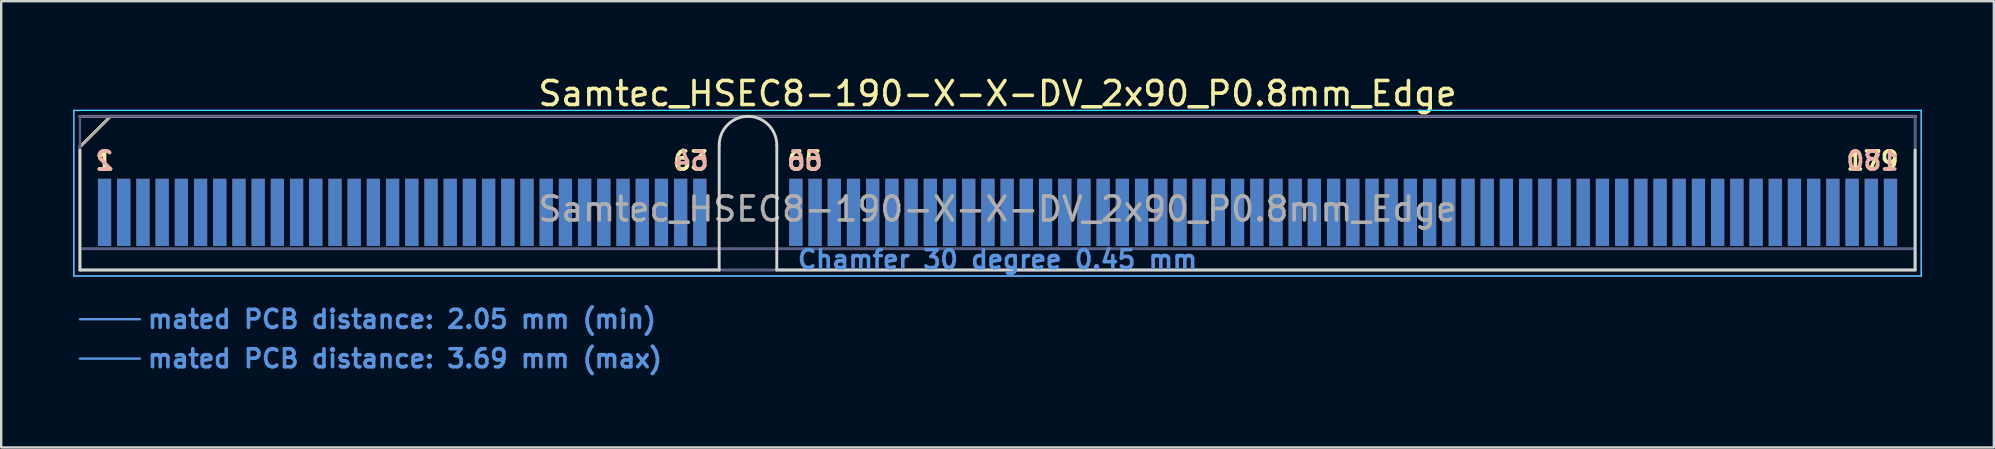
<source format=kicad_pcb>
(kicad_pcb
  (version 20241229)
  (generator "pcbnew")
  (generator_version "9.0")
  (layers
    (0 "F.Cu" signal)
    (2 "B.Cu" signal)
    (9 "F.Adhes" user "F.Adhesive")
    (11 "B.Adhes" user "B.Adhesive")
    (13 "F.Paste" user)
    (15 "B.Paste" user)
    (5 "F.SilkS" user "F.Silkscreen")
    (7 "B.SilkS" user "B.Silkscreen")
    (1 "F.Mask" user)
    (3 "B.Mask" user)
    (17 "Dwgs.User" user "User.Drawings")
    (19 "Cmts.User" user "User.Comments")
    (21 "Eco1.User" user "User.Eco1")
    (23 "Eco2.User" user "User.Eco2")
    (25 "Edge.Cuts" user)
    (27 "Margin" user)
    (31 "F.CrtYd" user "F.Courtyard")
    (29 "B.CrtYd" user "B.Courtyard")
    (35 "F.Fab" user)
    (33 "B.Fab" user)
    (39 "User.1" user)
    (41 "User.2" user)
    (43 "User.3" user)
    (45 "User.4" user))
  (footprint "Samtec_HSEC8-190-X-X-DV_2x90_P0.8mm_Edge"
    (layer "F.Cu")
    (at 38.505 8.198)
    (property "Reference" "Samtec_HSEC8-190-X-X-DV_2x90_P0.8mm_Edge" (at 0 -7.35 0) (layer "F.SilkS") (effects (font (size 1 1) (thickness 0.15))))
    (attr exclude_from_pos_files exclude_from_bom)
    (fp_line (start -38.225 -5.13) (end -36.955 -6.4) (stroke (width 0.12) (type solid)) (layer "F.SilkS"))
    (fp_line (start -36.955 -6.4) (end 38.225 -6.4) (stroke (width 0.12) (type solid)) (layer "F.SilkS"))
    (fp_line (start -38.225 -6.4) (end -38.225 -6.4) (stroke (width 0.12) (type solid)) (layer "B.SilkS"))
    (fp_line (start -38.225 -6.4) (end 38.225 -6.4) (stroke (width 0.12) (type solid)) (layer "B.SilkS"))
    (fp_line (start -38.225 2.05) (end -35.725 2.05) (stroke (width 0.1) (type solid)) (layer "Cmts.User"))
    (fp_line (start -38.225 3.69) (end -35.725 3.69) (stroke (width 0.1) (type solid)) (layer "Cmts.User"))
    (fp_line (start -38.225 -5) (end -38.225 0) (stroke (width 0.12) (type solid)) (layer "Edge.Cuts"))
    (fp_line (start -38.225 0) (end -11.595 0) (stroke (width 0.12) (type solid)) (layer "Edge.Cuts"))
    (fp_line (start -11.595 0) (end -11.595 -5.2) (stroke (width 0.12) (type solid)) (layer "Edge.Cuts"))
    (fp_line (start -9.195 -5.2) (end -9.195 0) (stroke (width 0.12) (type solid)) (layer "Edge.Cuts"))
    (fp_line (start -9.195 0) (end 38.225 0) (stroke (width 0.12) (type solid)) (layer "Edge.Cuts"))
    (fp_line (start 38.225 0) (end 38.225 -5) (stroke (width 0.12) (type solid)) (layer "Edge.Cuts"))
    (fp_arc (start -11.595 -5.2) (mid -10.395 -6.4) (end -9.195 -5.2) (stroke (width 0.12) (type solid)) (layer "Edge.Cuts"))
    (fp_line (start -38.48 -6.65) (end -38.48 0.25) (stroke (width 0.05) (type solid)) (layer "B.CrtYd"))
    (fp_line (start -38.48 0.25) (end 38.48 0.25) (stroke (width 0.05) (type solid)) (layer "B.CrtYd"))
    (fp_line (start 38.48 -6.65) (end -38.48 -6.65) (stroke (width 0.05) (type solid)) (layer "B.CrtYd"))
    (fp_line (start 38.48 0.25) (end 38.48 -6.65) (stroke (width 0.05) (type solid)) (layer "B.CrtYd"))
    (fp_line (start -38.48 -6.65) (end -38.48 0.25) (stroke (width 0.05) (type solid)) (layer "F.CrtYd"))
    (fp_line (start -38.48 0.25) (end 38.48 0.25) (stroke (width 0.05) (type solid)) (layer "F.CrtYd"))
    (fp_line (start 38.48 -6.65) (end -38.48 -6.65) (stroke (width 0.05) (type solid)) (layer "F.CrtYd"))
    (fp_line (start 38.48 0.25) (end 38.48 -6.65) (stroke (width 0.05) (type solid)) (layer "F.CrtYd"))
    (fp_line (start -38.225 -6.4) (end -38.225 -6.4) (stroke (width 0.1) (type solid)) (layer "B.Fab"))
    (fp_line (start -38.225 -6.4) (end -38.225 0) (stroke (width 0.1) (type solid)) (layer "B.Fab"))
    (fp_line (start -38.225 -6.4) (end 38.225 -6.4) (stroke (width 0.1) (type solid)) (layer "B.Fab"))
    (fp_line (start -38.225 -0.88) (end 38.225 -0.88) (stroke (width 0.1) (type solid)) (layer "B.Fab"))
    (fp_line (start -38.225 0) (end 38.225 0) (stroke (width 0.1) (type solid)) (layer "B.Fab"))
    (fp_line (start 38.225 -6.4) (end 38.225 0) (stroke (width 0.1) (type solid)) (layer "B.Fab"))
    (fp_line (start -38.225 -5.13) (end -38.225 0) (stroke (width 0.1) (type solid)) (layer "F.Fab"))
    (fp_line (start -38.225 -5.13) (end -36.955 -6.4) (stroke (width 0.1) (type solid)) (layer "F.Fab"))
    (fp_line (start -38.225 -0.88) (end 38.225 -0.88) (stroke (width 0.1) (type solid)) (layer "F.Fab"))
    (fp_line (start -38.225 0) (end 38.225 0) (stroke (width 0.1) (type solid)) (layer "F.Fab"))
    (fp_line (start -36.955 -6.4) (end 38.225 -6.4) (stroke (width 0.1) (type solid)) (layer "F.Fab"))
    (fp_line (start 38.225 -6.4) (end 38.225 0) (stroke (width 0.1) (type solid)) (layer "F.Fab"))
    (fp_text user "1" (at -37.2 -4.55 0) (layer "F.SilkS") (effects (font (size 0.75 0.75) (thickness 0.15))))
    (fp_text user "65" (at -8.025 -4.55 0) (layer "F.SilkS") (effects (font (size 0.75 0.75) (thickness 0.15))))
    (fp_text user "179" (at 36.45 -4.55 0) (layer "F.SilkS") (effects (font (size 0.75 0.75) (thickness 0.15))))
    (fp_text user "63" (at -12.775 -4.55 0) (layer "F.SilkS") (effects (font (size 0.75 0.75) (thickness 0.15))))
    (fp_text user "64" (at -12.775 -4.55 0) (layer "B.SilkS") (effects (font (size 0.75 0.75) (thickness 0.15)) (justify mirror)))
    (fp_text user "2" (at -37.2 -4.55 0) (layer "B.SilkS") (effects (font (size 0.75 0.75) (thickness 0.15)) (justify mirror)))
    (fp_text user "66" (at -8.025 -4.55 0) (layer "B.SilkS") (effects (font (size 0.75 0.75) (thickness 0.15)) (justify mirror)))
    (fp_text user "180" (at 36.45 -4.55 0) (layer "B.SilkS") (effects (font (size 0.75 0.75) (thickness 0.15)) (justify mirror)))
    (fp_text user "mated PCB distance: 2.05 mm (min)" (at -35.48 2.05 0) (layer "Cmts.User") (effects (font (size 0.75 0.75) (thickness 0.15)) (justify left)))
    (fp_text user "Chamfer 30 degree 0.45 mm" (at 0 -0.44 0) (layer "Cmts.User") (effects (font (size 0.75 0.75) (thickness 0.15))))
    (fp_text user "mated PCB distance: 3.69 mm (max)" (at -35.48 3.69 0) (layer "Cmts.User") (effects (font (size 0.75 0.75) (thickness 0.15)) (justify left)))
    (fp_text user "${REFERENCE}" (at 0 -2.54 0) (layer "F.Fab") (effects (font (size 1 1) (thickness 0.15))))
    (pad "1" connect rect (at -37.2 -2.4) (size 0.55 2.8) (layers "F.Cu" "F.Mask"))
    (pad "2" connect rect (at -37.2 -2.4) (size 0.55 2.8) (layers "B.Cu" "B.Mask"))
    (pad "3" connect rect (at -36.4 -2.4) (size 0.55 2.8) (layers "F.Cu" "F.Mask"))
    (pad "4" connect rect (at -36.4 -2.4) (size 0.55 2.8) (layers "B.Cu" "B.Mask"))
    (pad "5" connect rect (at -35.6 -2.4) (size 0.55 2.8) (layers "F.Cu" "F.Mask"))
    (pad "6" connect rect (at -35.6 -2.4) (size 0.55 2.8) (layers "B.Cu" "B.Mask"))
    (pad "7" connect rect (at -34.8 -2.4) (size 0.55 2.8) (layers "F.Cu" "F.Mask"))
    (pad "8" connect rect (at -34.8 -2.4) (size 0.55 2.8) (layers "B.Cu" "B.Mask"))
    (pad "9" connect rect (at -34 -2.4) (size 0.55 2.8) (layers "F.Cu" "F.Mask"))
    (pad "10" connect rect (at -34 -2.4) (size 0.55 2.8) (layers "B.Cu" "B.Mask"))
    (pad "11" connect rect (at -33.2 -2.4) (size 0.55 2.8) (layers "F.Cu" "F.Mask"))
    (pad "12" connect rect (at -33.2 -2.4) (size 0.55 2.8) (layers "B.Cu" "B.Mask"))
    (pad "13" connect rect (at -32.4 -2.4) (size 0.55 2.8) (layers "F.Cu" "F.Mask"))
    (pad "14" connect rect (at -32.4 -2.4) (size 0.55 2.8) (layers "B.Cu" "B.Mask"))
    (pad "15" connect rect (at -31.6 -2.4) (size 0.55 2.8) (layers "F.Cu" "F.Mask"))
    (pad "16" connect rect (at -31.6 -2.4) (size 0.55 2.8) (layers "B.Cu" "B.Mask"))
    (pad "17" connect rect (at -30.8 -2.4) (size 0.55 2.8) (layers "F.Cu" "F.Mask"))
    (pad "18" connect rect (at -30.8 -2.4) (size 0.55 2.8) (layers "B.Cu" "B.Mask"))
    (pad "19" connect rect (at -30 -2.4) (size 0.55 2.8) (layers "F.Cu" "F.Mask"))
    (pad "20" connect rect (at -30 -2.4) (size 0.55 2.8) (layers "B.Cu" "B.Mask"))
    (pad "21" connect rect (at -29.2 -2.4) (size 0.55 2.8) (layers "F.Cu" "F.Mask"))
    (pad "22" connect rect (at -29.2 -2.4) (size 0.55 2.8) (layers "B.Cu" "B.Mask"))
    (pad "23" connect rect (at -28.4 -2.4) (size 0.55 2.8) (layers "F.Cu" "F.Mask"))
    (pad "24" connect rect (at -28.4 -2.4) (size 0.55 2.8) (layers "B.Cu" "B.Mask"))
    (pad "25" connect rect (at -27.6 -2.4) (size 0.55 2.8) (layers "F.Cu" "F.Mask"))
    (pad "26" connect rect (at -27.6 -2.4) (size 0.55 2.8) (layers "B.Cu" "B.Mask"))
    (pad "27" connect rect (at -26.8 -2.4) (size 0.55 2.8) (layers "F.Cu" "F.Mask"))
    (pad "28" connect rect (at -26.8 -2.4) (size 0.55 2.8) (layers "B.Cu" "B.Mask"))
    (pad "29" connect rect (at -26 -2.4) (size 0.55 2.8) (layers "F.Cu" "F.Mask"))
    (pad "30" connect rect (at -26 -2.4) (size 0.55 2.8) (layers "B.Cu" "B.Mask"))
    (pad "31" connect rect (at -25.2 -2.4) (size 0.55 2.8) (layers "F.Cu" "F.Mask"))
    (pad "32" connect rect (at -25.2 -2.4) (size 0.55 2.8) (layers "B.Cu" "B.Mask"))
    (pad "33" connect rect (at -24.4 -2.4) (size 0.55 2.8) (layers "F.Cu" "F.Mask"))
    (pad "34" connect rect (at -24.4 -2.4) (size 0.55 2.8) (layers "B.Cu" "B.Mask"))
    (pad "35" connect rect (at -23.6 -2.4) (size 0.55 2.8) (layers "F.Cu" "F.Mask"))
    (pad "36" connect rect (at -23.6 -2.4) (size 0.55 2.8) (layers "B.Cu" "B.Mask"))
    (pad "37" connect rect (at -22.8 -2.4) (size 0.55 2.8) (layers "F.Cu" "F.Mask"))
    (pad "38" connect rect (at -22.8 -2.4) (size 0.55 2.8) (layers "B.Cu" "B.Mask"))
    (pad "39" connect rect (at -22 -2.4) (size 0.55 2.8) (layers "F.Cu" "F.Mask"))
    (pad "40" connect rect (at -22 -2.4) (size 0.55 2.8) (layers "B.Cu" "B.Mask"))
    (pad "41" connect rect (at -21.2 -2.4) (size 0.55 2.8) (layers "F.Cu" "F.Mask"))
    (pad "42" connect rect (at -21.2 -2.4) (size 0.55 2.8) (layers "B.Cu" "B.Mask"))
    (pad "43" connect rect (at -20.4 -2.4) (size 0.55 2.8) (layers "F.Cu" "F.Mask"))
    (pad "44" connect rect (at -20.4 -2.4) (size 0.55 2.8) (layers "B.Cu" "B.Mask"))
    (pad "45" connect rect (at -19.6 -2.4) (size 0.55 2.8) (layers "F.Cu" "F.Mask"))
    (pad "46" connect rect (at -19.6 -2.4) (size 0.55 2.8) (layers "B.Cu" "B.Mask"))
    (pad "47" connect rect (at -18.8 -2.4) (size 0.55 2.8) (layers "F.Cu" "F.Mask"))
    (pad "48" connect rect (at -18.8 -2.4) (size 0.55 2.8) (layers "B.Cu" "B.Mask"))
    (pad "49" connect rect (at -18 -2.4) (size 0.55 2.8) (layers "F.Cu" "F.Mask"))
    (pad "50" connect rect (at -18 -2.4) (size 0.55 2.8) (layers "B.Cu" "B.Mask"))
    (pad "51" connect rect (at -17.2 -2.4) (size 0.55 2.8) (layers "F.Cu" "F.Mask"))
    (pad "52" connect rect (at -17.2 -2.4) (size 0.55 2.8) (layers "B.Cu" "B.Mask"))
    (pad "53" connect rect (at -16.4 -2.4) (size 0.55 2.8) (layers "F.Cu" "F.Mask"))
    (pad "54" connect rect (at -16.4 -2.4) (size 0.55 2.8) (layers "B.Cu" "B.Mask"))
    (pad "55" connect rect (at -15.6 -2.4) (size 0.55 2.8) (layers "F.Cu" "F.Mask"))
    (pad "56" connect rect (at -15.6 -2.4) (size 0.55 2.8) (layers "B.Cu" "B.Mask"))
    (pad "57" connect rect (at -14.8 -2.4) (size 0.55 2.8) (layers "F.Cu" "F.Mask"))
    (pad "58" connect rect (at -14.8 -2.4) (size 0.55 2.8) (layers "B.Cu" "B.Mask"))
    (pad "59" connect rect (at -14 -2.4) (size 0.55 2.8) (layers "F.Cu" "F.Mask"))
    (pad "60" connect rect (at -14 -2.4) (size 0.55 2.8) (layers "B.Cu" "B.Mask"))
    (pad "61" connect rect (at -13.2 -2.4) (size 0.55 2.8) (layers "F.Cu" "F.Mask"))
    (pad "62" connect rect (at -13.2 -2.4) (size 0.55 2.8) (layers "B.Cu" "B.Mask"))
    (pad "63" connect rect (at -12.4 -2.4) (size 0.55 2.8) (layers "F.Cu" "F.Mask"))
    (pad "64" connect rect (at -12.4 -2.4) (size 0.55 2.8) (layers "B.Cu" "B.Mask"))
    (pad "65" connect rect (at -8.4 -2.4) (size 0.55 2.8) (layers "F.Cu" "F.Mask"))
    (pad "66" connect rect (at -8.4 -2.4) (size 0.55 2.8) (layers "B.Cu" "B.Mask"))
    (pad "67" connect rect (at -7.6 -2.4) (size 0.55 2.8) (layers "F.Cu" "F.Mask"))
    (pad "68" connect rect (at -7.6 -2.4) (size 0.55 2.8) (layers "B.Cu" "B.Mask"))
    (pad "69" connect rect (at -6.8 -2.4) (size 0.55 2.8) (layers "F.Cu" "F.Mask"))
    (pad "70" connect rect (at -6.8 -2.4) (size 0.55 2.8) (layers "B.Cu" "B.Mask"))
    (pad "71" connect rect (at -6 -2.4) (size 0.55 2.8) (layers "F.Cu" "F.Mask"))
    (pad "72" connect rect (at -6 -2.4) (size 0.55 2.8) (layers "B.Cu" "B.Mask"))
    (pad "73" connect rect (at -5.2 -2.4) (size 0.55 2.8) (layers "F.Cu" "F.Mask"))
    (pad "74" connect rect (at -5.2 -2.4) (size 0.55 2.8) (layers "B.Cu" "B.Mask"))
    (pad "75" connect rect (at -4.4 -2.4) (size 0.55 2.8) (layers "F.Cu" "F.Mask"))
    (pad "76" connect rect (at -4.4 -2.4) (size 0.55 2.8) (layers "B.Cu" "B.Mask"))
    (pad "77" connect rect (at -3.6 -2.4) (size 0.55 2.8) (layers "F.Cu" "F.Mask"))
    (pad "78" connect rect (at -3.6 -2.4) (size 0.55 2.8) (layers "B.Cu" "B.Mask"))
    (pad "79" connect rect (at -2.8 -2.4) (size 0.55 2.8) (layers "F.Cu" "F.Mask"))
    (pad "80" connect rect (at -2.8 -2.4) (size 0.55 2.8) (layers "B.Cu" "B.Mask"))
    (pad "81" connect rect (at -2 -2.4) (size 0.55 2.8) (layers "F.Cu" "F.Mask"))
    (pad "82" connect rect (at -2 -2.4) (size 0.55 2.8) (layers "B.Cu" "B.Mask"))
    (pad "83" connect rect (at -1.2 -2.4) (size 0.55 2.8) (layers "F.Cu" "F.Mask"))
    (pad "84" connect rect (at -1.2 -2.4) (size 0.55 2.8) (layers "B.Cu" "B.Mask"))
    (pad "85" connect rect (at -0.4 -2.4) (size 0.55 2.8) (layers "F.Cu" "F.Mask"))
    (pad "86" connect rect (at -0.4 -2.4) (size 0.55 2.8) (layers "B.Cu" "B.Mask"))
    (pad "87" connect rect (at 0.4 -2.4) (size 0.55 2.8) (layers "F.Cu" "F.Mask"))
    (pad "88" connect rect (at 0.4 -2.4) (size 0.55 2.8) (layers "B.Cu" "B.Mask"))
    (pad "89" connect rect (at 1.2 -2.4) (size 0.55 2.8) (layers "F.Cu" "F.Mask"))
    (pad "90" connect rect (at 1.2 -2.4) (size 0.55 2.8) (layers "B.Cu" "B.Mask"))
    (pad "91" connect rect (at 2 -2.4) (size 0.55 2.8) (layers "F.Cu" "F.Mask"))
    (pad "92" connect rect (at 2 -2.4) (size 0.55 2.8) (layers "B.Cu" "B.Mask"))
    (pad "93" connect rect (at 2.8 -2.4) (size 0.55 2.8) (layers "F.Cu" "F.Mask"))
    (pad "94" connect rect (at 2.8 -2.4) (size 0.55 2.8) (layers "B.Cu" "B.Mask"))
    (pad "95" connect rect (at 3.6 -2.4) (size 0.55 2.8) (layers "F.Cu" "F.Mask"))
    (pad "96" connect rect (at 3.6 -2.4) (size 0.55 2.8) (layers "B.Cu" "B.Mask"))
    (pad "97" connect rect (at 4.4 -2.4) (size 0.55 2.8) (layers "F.Cu" "F.Mask"))
    (pad "98" connect rect (at 4.4 -2.4) (size 0.55 2.8) (layers "B.Cu" "B.Mask"))
    (pad "99" connect rect (at 5.2 -2.4) (size 0.55 2.8) (layers "F.Cu" "F.Mask"))
    (pad "100" connect rect (at 5.2 -2.4) (size 0.55 2.8) (layers "B.Cu" "B.Mask"))
    (pad "101" connect rect (at 6 -2.4) (size 0.55 2.8) (layers "F.Cu" "F.Mask"))
    (pad "102" connect rect (at 6 -2.4) (size 0.55 2.8) (layers "B.Cu" "B.Mask"))
    (pad "103" connect rect (at 6.8 -2.4) (size 0.55 2.8) (layers "F.Cu" "F.Mask"))
    (pad "104" connect rect (at 6.8 -2.4) (size 0.55 2.8) (layers "B.Cu" "B.Mask"))
    (pad "105" connect rect (at 7.6 -2.4) (size 0.55 2.8) (layers "F.Cu" "F.Mask"))
    (pad "106" connect rect (at 7.6 -2.4) (size 0.55 2.8) (layers "B.Cu" "B.Mask"))
    (pad "107" connect rect (at 8.4 -2.4) (size 0.55 2.8) (layers "F.Cu" "F.Mask"))
    (pad "108" connect rect (at 8.4 -2.4) (size 0.55 2.8) (layers "B.Cu" "B.Mask"))
    (pad "109" connect rect (at 9.2 -2.4) (size 0.55 2.8) (layers "F.Cu" "F.Mask"))
    (pad "110" connect rect (at 9.2 -2.4) (size 0.55 2.8) (layers "B.Cu" "B.Mask"))
    (pad "111" connect rect (at 10 -2.4) (size 0.55 2.8) (layers "F.Cu" "F.Mask"))
    (pad "112" connect rect (at 10 -2.4) (size 0.55 2.8) (layers "B.Cu" "B.Mask"))
    (pad "113" connect rect (at 10.8 -2.4) (size 0.55 2.8) (layers "F.Cu" "F.Mask"))
    (pad "114" connect rect (at 10.8 -2.4) (size 0.55 2.8) (layers "B.Cu" "B.Mask"))
    (pad "115" connect rect (at 11.6 -2.4) (size 0.55 2.8) (layers "F.Cu" "F.Mask"))
    (pad "116" connect rect (at 11.6 -2.4) (size 0.55 2.8) (layers "B.Cu" "B.Mask"))
    (pad "117" connect rect (at 12.4 -2.4) (size 0.55 2.8) (layers "F.Cu" "F.Mask"))
    (pad "118" connect rect (at 12.4 -2.4) (size 0.55 2.8) (layers "B.Cu" "B.Mask"))
    (pad "119" connect rect (at 13.2 -2.4) (size 0.55 2.8) (layers "F.Cu" "F.Mask"))
    (pad "120" connect rect (at 13.2 -2.4) (size 0.55 2.8) (layers "B.Cu" "B.Mask"))
    (pad "121" connect rect (at 14 -2.4) (size 0.55 2.8) (layers "F.Cu" "F.Mask"))
    (pad "122" connect rect (at 14 -2.4) (size 0.55 2.8) (layers "B.Cu" "B.Mask"))
    (pad "123" connect rect (at 14.8 -2.4) (size 0.55 2.8) (layers "F.Cu" "F.Mask"))
    (pad "124" connect rect (at 14.8 -2.4) (size 0.55 2.8) (layers "B.Cu" "B.Mask"))
    (pad "125" connect rect (at 15.6 -2.4) (size 0.55 2.8) (layers "F.Cu" "F.Mask"))
    (pad "126" connect rect (at 15.6 -2.4) (size 0.55 2.8) (layers "B.Cu" "B.Mask"))
    (pad "127" connect rect (at 16.4 -2.4) (size 0.55 2.8) (layers "F.Cu" "F.Mask"))
    (pad "128" connect rect (at 16.4 -2.4) (size 0.55 2.8) (layers "B.Cu" "B.Mask"))
    (pad "129" connect rect (at 17.2 -2.4) (size 0.55 2.8) (layers "F.Cu" "F.Mask"))
    (pad "130" connect rect (at 17.2 -2.4) (size 0.55 2.8) (layers "B.Cu" "B.Mask"))
    (pad "131" connect rect (at 18 -2.4) (size 0.55 2.8) (layers "F.Cu" "F.Mask"))
    (pad "132" connect rect (at 18 -2.4) (size 0.55 2.8) (layers "B.Cu" "B.Mask"))
    (pad "133" connect rect (at 18.8 -2.4) (size 0.55 2.8) (layers "F.Cu" "F.Mask"))
    (pad "134" connect rect (at 18.8 -2.4) (size 0.55 2.8) (layers "B.Cu" "B.Mask"))
    (pad "135" connect rect (at 19.6 -2.4) (size 0.55 2.8) (layers "F.Cu" "F.Mask"))
    (pad "136" connect rect (at 19.6 -2.4) (size 0.55 2.8) (layers "B.Cu" "B.Mask"))
    (pad "137" connect rect (at 20.4 -2.4) (size 0.55 2.8) (layers "F.Cu" "F.Mask"))
    (pad "138" connect rect (at 20.4 -2.4) (size 0.55 2.8) (layers "B.Cu" "B.Mask"))
    (pad "139" connect rect (at 21.2 -2.4) (size 0.55 2.8) (layers "F.Cu" "F.Mask"))
    (pad "140" connect rect (at 21.2 -2.4) (size 0.55 2.8) (layers "B.Cu" "B.Mask"))
    (pad "141" connect rect (at 22 -2.4) (size 0.55 2.8) (layers "F.Cu" "F.Mask"))
    (pad "142" connect rect (at 22 -2.4) (size 0.55 2.8) (layers "B.Cu" "B.Mask"))
    (pad "143" connect rect (at 22.8 -2.4) (size 0.55 2.8) (layers "F.Cu" "F.Mask"))
    (pad "144" connect rect (at 22.8 -2.4) (size 0.55 2.8) (layers "B.Cu" "B.Mask"))
    (pad "145" connect rect (at 23.6 -2.4) (size 0.55 2.8) (layers "F.Cu" "F.Mask"))
    (pad "146" connect rect (at 23.6 -2.4) (size 0.55 2.8) (layers "B.Cu" "B.Mask"))
    (pad "147" connect rect (at 24.4 -2.4) (size 0.55 2.8) (layers "F.Cu" "F.Mask"))
    (pad "148" connect rect (at 24.4 -2.4) (size 0.55 2.8) (layers "B.Cu" "B.Mask"))
    (pad "149" connect rect (at 25.2 -2.4) (size 0.55 2.8) (layers "F.Cu" "F.Mask"))
    (pad "150" connect rect (at 25.2 -2.4) (size 0.55 2.8) (layers "B.Cu" "B.Mask"))
    (pad "151" connect rect (at 26 -2.4) (size 0.55 2.8) (layers "F.Cu" "F.Mask"))
    (pad "152" connect rect (at 26 -2.4) (size 0.55 2.8) (layers "B.Cu" "B.Mask"))
    (pad "153" connect rect (at 26.8 -2.4) (size 0.55 2.8) (layers "F.Cu" "F.Mask"))
    (pad "154" connect rect (at 26.8 -2.4) (size 0.55 2.8) (layers "B.Cu" "B.Mask"))
    (pad "155" connect rect (at 27.6 -2.4) (size 0.55 2.8) (layers "F.Cu" "F.Mask"))
    (pad "156" connect rect (at 27.6 -2.4) (size 0.55 2.8) (layers "B.Cu" "B.Mask"))
    (pad "157" connect rect (at 28.4 -2.4) (size 0.55 2.8) (layers "F.Cu" "F.Mask"))
    (pad "158" connect rect (at 28.4 -2.4) (size 0.55 2.8) (layers "B.Cu" "B.Mask"))
    (pad "159" connect rect (at 29.2 -2.4) (size 0.55 2.8) (layers "F.Cu" "F.Mask"))
    (pad "160" connect rect (at 29.2 -2.4) (size 0.55 2.8) (layers "B.Cu" "B.Mask"))
    (pad "161" connect rect (at 30 -2.4) (size 0.55 2.8) (layers "F.Cu" "F.Mask"))
    (pad "162" connect rect (at 30 -2.4) (size 0.55 2.8) (layers "B.Cu" "B.Mask"))
    (pad "163" connect rect (at 30.8 -2.4) (size 0.55 2.8) (layers "F.Cu" "F.Mask"))
    (pad "164" connect rect (at 30.8 -2.4) (size 0.55 2.8) (layers "B.Cu" "B.Mask"))
    (pad "165" connect rect (at 31.6 -2.4) (size 0.55 2.8) (layers "F.Cu" "F.Mask"))
    (pad "166" connect rect (at 31.6 -2.4) (size 0.55 2.8) (layers "B.Cu" "B.Mask"))
    (pad "167" connect rect (at 32.4 -2.4) (size 0.55 2.8) (layers "F.Cu" "F.Mask"))
    (pad "168" connect rect (at 32.4 -2.4) (size 0.55 2.8) (layers "B.Cu" "B.Mask"))
    (pad "169" connect rect (at 33.2 -2.4) (size 0.55 2.8) (layers "F.Cu" "F.Mask"))
    (pad "170" connect rect (at 33.2 -2.4) (size 0.55 2.8) (layers "B.Cu" "B.Mask"))
    (pad "171" connect rect (at 34 -2.4) (size 0.55 2.8) (layers "F.Cu" "F.Mask"))
    (pad "172" connect rect (at 34 -2.4) (size 0.55 2.8) (layers "B.Cu" "B.Mask"))
    (pad "173" connect rect (at 34.8 -2.4) (size 0.55 2.8) (layers "F.Cu" "F.Mask"))
    (pad "174" connect rect (at 34.8 -2.4) (size 0.55 2.8) (layers "B.Cu" "B.Mask"))
    (pad "175" connect rect (at 35.6 -2.4) (size 0.55 2.8) (layers "F.Cu" "F.Mask"))
    (pad "176" connect rect (at 35.6 -2.4) (size 0.55 2.8) (layers "B.Cu" "B.Mask"))
    (pad "177" connect rect (at 36.4 -2.4) (size 0.55 2.8) (layers "F.Cu" "F.Mask"))
    (pad "178" connect rect (at 36.4 -2.4) (size 0.55 2.8) (layers "B.Cu" "B.Mask"))
    (pad "179" connect rect (at 37.2 -2.4) (size 0.55 2.8) (layers "F.Cu" "F.Mask"))
    (pad "180" connect rect (at 37.2 -2.4) (size 0.55 2.8) (layers "B.Cu" "B.Mask")))
  (gr_rect
    (start -3 -3)
    (end 80.01 15.59)
    (stroke (width 0.1) (type default))
    (fill no)
    (layer "Edge.Cuts")))
</source>
